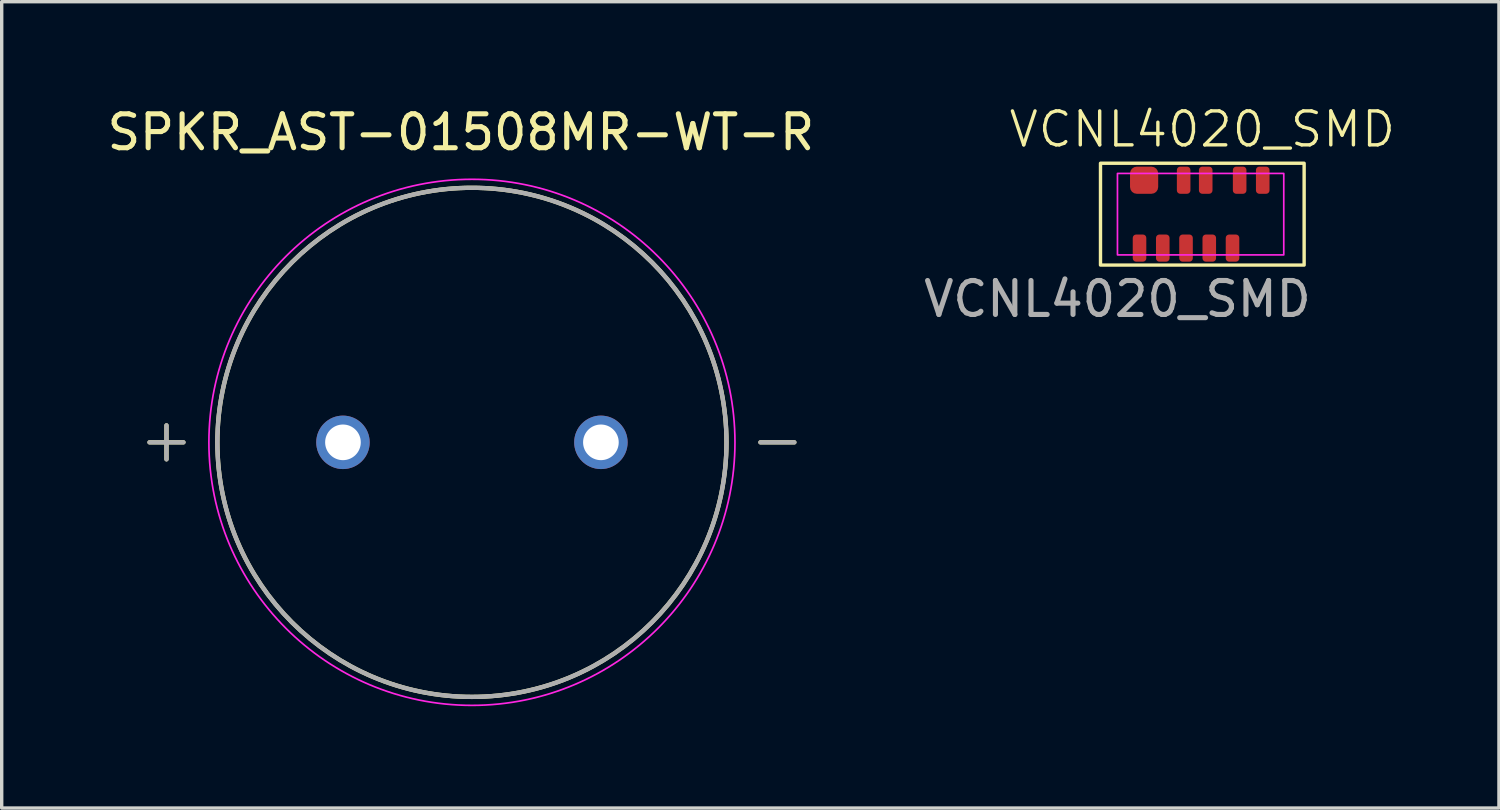
<source format=kicad_pcb>
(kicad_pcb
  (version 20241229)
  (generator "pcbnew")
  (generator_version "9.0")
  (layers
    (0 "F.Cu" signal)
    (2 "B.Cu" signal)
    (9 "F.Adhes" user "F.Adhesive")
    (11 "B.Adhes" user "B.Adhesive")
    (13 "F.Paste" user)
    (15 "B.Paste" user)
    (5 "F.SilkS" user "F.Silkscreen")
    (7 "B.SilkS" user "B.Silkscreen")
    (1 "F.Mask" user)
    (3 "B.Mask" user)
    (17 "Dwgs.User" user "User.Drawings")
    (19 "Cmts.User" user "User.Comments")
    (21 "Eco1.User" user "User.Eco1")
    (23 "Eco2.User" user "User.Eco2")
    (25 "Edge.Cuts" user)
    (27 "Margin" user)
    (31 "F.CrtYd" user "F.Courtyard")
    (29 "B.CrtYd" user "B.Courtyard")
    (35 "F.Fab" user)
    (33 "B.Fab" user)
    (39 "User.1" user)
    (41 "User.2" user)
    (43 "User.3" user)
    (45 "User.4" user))
  (footprint "VCNL4020_SMD"
    (layer "F.Cu")
    (at 29.875 3.26)
    (property "Reference" "VCNL4020_SMD" (at 2.5 -2.5 0) (unlocked yes) (layer "F.SilkS") (effects (font (size 1 1) (thickness 0.1))))
    (attr smd)
    (fp_rect (start -0.5 -1.5) (end 5.5 1.5) (stroke (width 0.1) (type default)) (fill no) (layer "F.SilkS"))
    (fp_rect (start 0 1.2) (end 4.9 -1.2) (stroke (width 0.05) (type default)) (fill no) (layer "F.CrtYd"))
    (fp_text user "${REFERENCE}" (at 0 2.5 0) (unlocked yes) (layer "F.Fab") (effects (font (size 1 1) (thickness 0.15))))
    (pad "1" smd roundrect (at 0.65 1) (size 0.4 0.8) (layers "F.Cu" "F.Mask" "F.Paste") (roundrect_rratio 0.25))
    (pad "2" smd roundrect (at 1.335 1) (size 0.4 0.8) (layers "F.Cu" "F.Mask" "F.Paste") (roundrect_rratio 0.25))
    (pad "3" smd roundrect (at 2.02 1) (size 0.4 0.8) (layers "F.Cu" "F.Mask" "F.Paste") (roundrect_rratio 0.25))
    (pad "4" smd roundrect (at 2.705 1) (size 0.4 0.8) (layers "F.Cu" "F.Mask" "F.Paste") (roundrect_rratio 0.25))
    (pad "5" smd roundrect (at 3.39 1) (size 0.4 0.8) (layers "F.Cu" "F.Mask" "F.Paste") (roundrect_rratio 0.25))
    (pad "6" smd roundrect (at 4.28 -1) (size 0.4 0.8) (layers "F.Cu" "F.Mask" "F.Paste") (roundrect_rratio 0.25))
    (pad "7" smd roundrect (at 3.6 -1) (size 0.4 0.8) (layers "F.Cu" "F.Mask" "F.Paste") (roundrect_rratio 0.25))
    (pad "8" smd roundrect (at 2.6 -1) (size 0.4 0.8) (layers "F.Cu" "F.Mask" "F.Paste") (roundrect_rratio 0.25))
    (pad "9" smd roundrect (at 1.95 -1) (size 0.4 0.8) (layers "F.Cu" "F.Mask" "F.Paste") (roundrect_rratio 0.25))
    (pad "10" smd roundrect (at 0.785 -1) (size 0.83 0.8) (layers "F.Cu" "F.Mask" "F.Paste") (roundrect_rratio 0.25)))
  (footprint "SPKR_AST-01508MR-WT-R"
    (layer "F.Cu")
    (at 10.855 9.983)
    (property "Reference" "SPKR_AST-01508MR-WT-R" (at -0.325 -9.135 0) (layer "F.SilkS") (effects (font (size 1 1) (thickness 0.15))))
    (attr through_hole)
    (fp_line (start -9.5 0) (end -8.5 0) (stroke (width 0.127) (type solid)) (layer "F.SilkS"))
    (fp_line (start -9 -0.5) (end -9 0.5) (stroke (width 0.127) (type solid)) (layer "F.SilkS"))
    (fp_line (start 8.5 0) (end 9.5 0) (stroke (width 0.127) (type solid)) (layer "F.SilkS"))
    (fp_circle (center 0 0) (end 7.5 0) (stroke (width 0.127) (type solid)) (fill no) (layer "F.SilkS"))
    (fp_circle (center 0 0) (end 7.75 0) (stroke (width 0.05) (type solid)) (fill no) (layer "F.CrtYd"))
    (fp_line (start -9.5 0) (end -8.5 0) (stroke (width 0.127) (type solid)) (layer "F.Fab"))
    (fp_line (start -9 -0.5) (end -9 0.5) (stroke (width 0.127) (type solid)) (layer "F.Fab"))
    (fp_line (start 8.5 0) (end 9.5 0) (stroke (width 0.127) (type solid)) (layer "F.Fab"))
    (fp_circle (center 0 0) (end 7.5 0) (stroke (width 0.127) (type solid)) (fill no) (layer "F.Fab"))
    (pad "1" thru_hole circle (at -3.8 0) (size 1.575 1.575) (drill 1.05) (layers "*.Cu" "*.Mask"))
    (pad "2" thru_hole circle (at 3.8 0) (size 1.575 1.575) (drill 1.05) (layers "*.Cu" "*.Mask")))
  (gr_rect
    (start -3 -3)
    (end 41.115 20.758)
    (stroke (width 0.1) (type default))
    (fill no)
    (layer "Edge.Cuts")))
</source>
